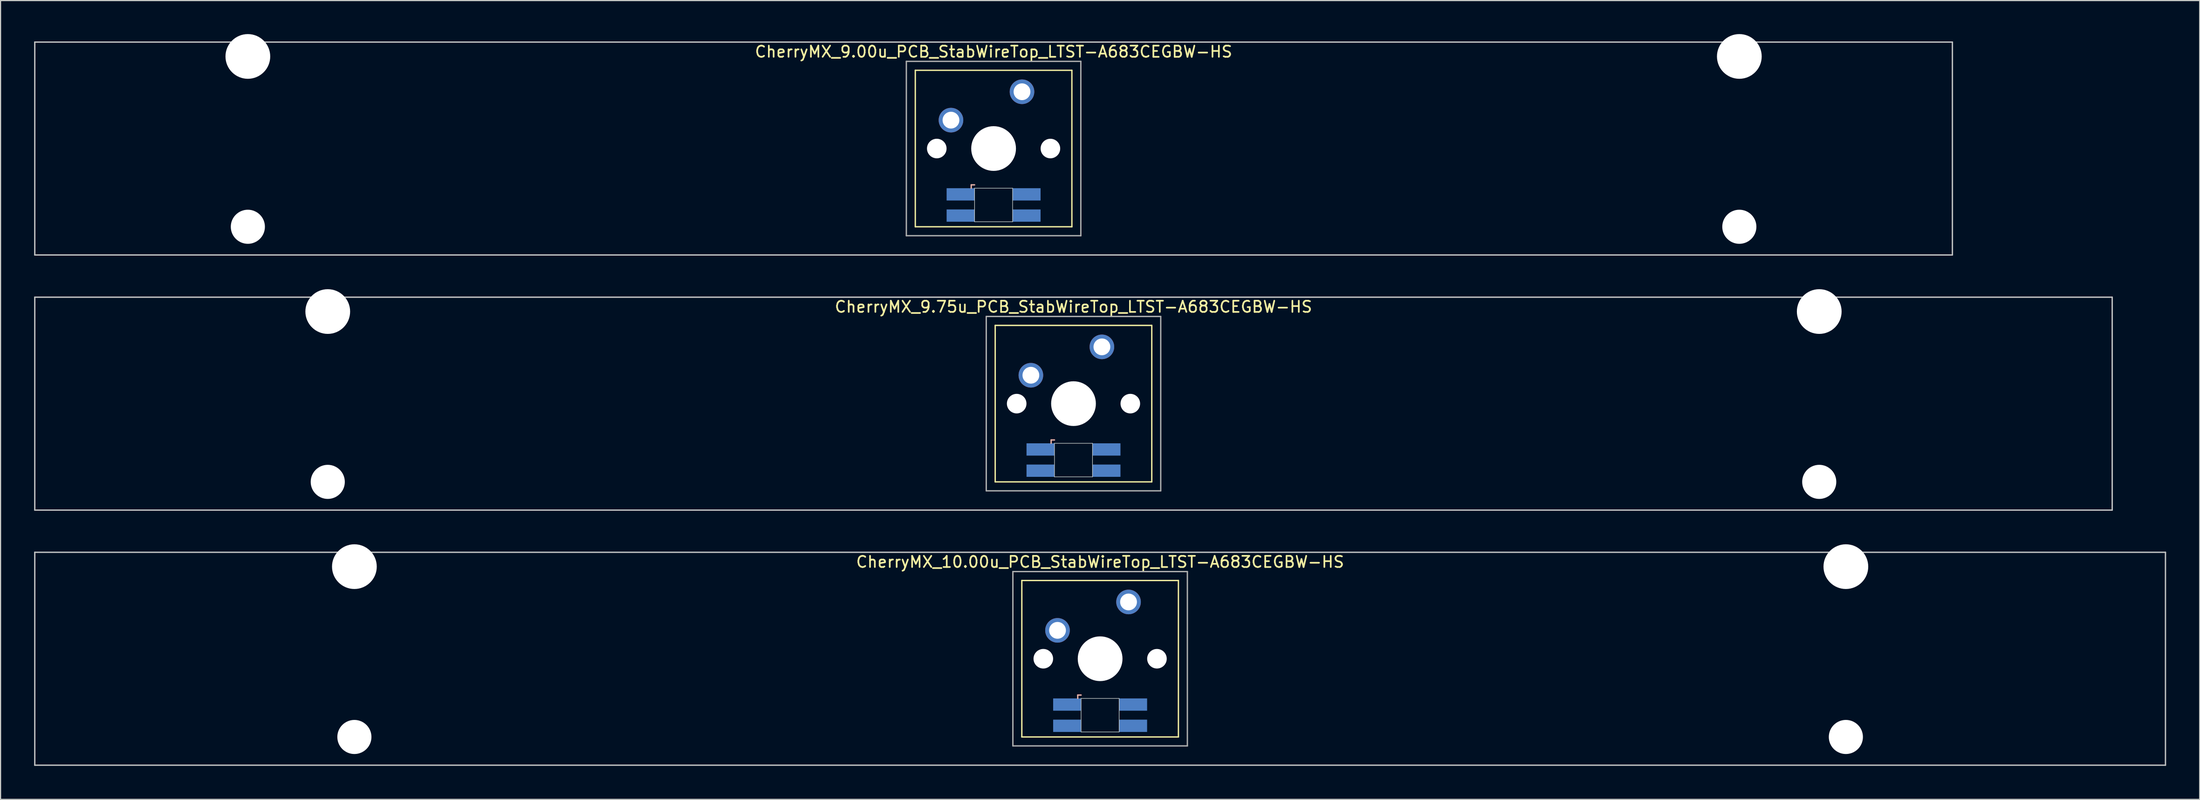
<source format=kicad_pcb>
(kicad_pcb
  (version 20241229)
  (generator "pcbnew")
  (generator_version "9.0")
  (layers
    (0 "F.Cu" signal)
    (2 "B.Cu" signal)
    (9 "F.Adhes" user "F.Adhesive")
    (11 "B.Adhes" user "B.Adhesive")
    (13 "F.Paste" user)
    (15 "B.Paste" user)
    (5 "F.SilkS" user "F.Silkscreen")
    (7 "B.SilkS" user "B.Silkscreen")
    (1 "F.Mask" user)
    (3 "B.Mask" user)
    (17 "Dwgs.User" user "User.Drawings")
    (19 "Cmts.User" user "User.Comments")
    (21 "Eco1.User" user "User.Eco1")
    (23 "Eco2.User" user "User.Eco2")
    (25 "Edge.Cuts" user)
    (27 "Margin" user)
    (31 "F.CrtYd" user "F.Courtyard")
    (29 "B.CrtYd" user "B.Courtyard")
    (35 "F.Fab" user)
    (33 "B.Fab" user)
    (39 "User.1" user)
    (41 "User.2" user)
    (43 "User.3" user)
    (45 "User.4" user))
  (footprint "CherryMX_9.00u_PCB_StabWireTop_LTST-A683CEGBW-HS"
    (layer "F.Cu")
    (at 85.785 10.24)
    (property "Reference" "CherryMX_9.00u_PCB_StabWireTop_LTST-A683CEGBW-HS" (at 0 -8.662 0) (layer "F.SilkS") (effects (font (size 1 1) (thickness 0.15))))
    (attr through_hole)
    (fp_line (start -7 -7) (end -7 7) (stroke (width 0.12) (type solid)) (layer "F.SilkS"))
    (fp_line (start -7 -7) (end 7 -7) (stroke (width 0.12) (type solid)) (layer "F.SilkS"))
    (fp_line (start 7 -7) (end 7 7) (stroke (width 0.12) (type solid)) (layer "F.SilkS"))
    (fp_line (start 7 7) (end -7 7) (stroke (width 0.12) (type solid)) (layer "F.SilkS"))
    (fp_line (start -2 3.25) (end -2 3.55) (stroke (width 0.12) (type solid)) (layer "B.SilkS"))
    (fp_line (start -1.7 3.25) (end -2 3.25) (stroke (width 0.12) (type solid)) (layer "B.SilkS"))
    (fp_line (start -85.725 -9.525) (end 85.725 -9.525) (stroke (width 0.12) (type solid)) (layer "Dwgs.User"))
    (fp_line (start -85.725 9.525) (end -85.725 -9.525) (stroke (width 0.12) (type solid)) (layer "Dwgs.User"))
    (fp_line (start 85.725 -9.525) (end 85.725 9.525) (stroke (width 0.12) (type solid)) (layer "Dwgs.User"))
    (fp_line (start 85.725 9.525) (end -85.725 9.525) (stroke (width 0.12) (type solid)) (layer "Dwgs.User"))
    (fp_line (start -1.7 3.55) (end 1.7 3.55) (stroke (width 0.05) (type solid)) (layer "Edge.Cuts"))
    (fp_line (start -1.7 6.55) (end -1.7 3.55) (stroke (width 0.05) (type solid)) (layer "Edge.Cuts"))
    (fp_line (start 1.7 3.55) (end 1.7 6.55) (stroke (width 0.05) (type solid)) (layer "Edge.Cuts"))
    (fp_line (start 1.7 6.55) (end -1.7 6.55) (stroke (width 0.05) (type solid)) (layer "Edge.Cuts"))
    (fp_line (start -7.8 -7.8) (end -7.8 7.8) (stroke (width 0.12) (type solid)) (layer "F.Fab"))
    (fp_line (start -7.8 -7.8) (end 7.8 -7.8) (stroke (width 0.12) (type solid)) (layer "F.Fab"))
    (fp_line (start -7.8 7.8) (end 7.8 7.8) (stroke (width 0.12) (type solid)) (layer "F.Fab"))
    (fp_line (start 7.8 -7.8) (end 7.8 7.8) (stroke (width 0.12) (type solid)) (layer "F.Fab"))
    (pad "" np_thru_hole circle (at -66.675 -8.24) (size 4 4) (drill 4) (layers "*.Cu" "*.Mask"))
    (pad "" np_thru_hole circle (at -66.675 7) (size 3.05 3.05) (drill 3.05) (layers "*.Cu" "*.Mask"))
    (pad "" np_thru_hole circle (at -5.08 0) (size 1.75 1.75) (drill 1.75) (layers "*.Cu" "*.Mask"))
    (pad "" np_thru_hole circle (at 0 0) (size 4 4) (drill 4) (layers "*.Cu" "*.Mask"))
    (pad "" np_thru_hole circle (at 5.08 0) (size 1.75 1.75) (drill 1.75) (layers "*.Cu" "*.Mask"))
    (pad "" np_thru_hole circle (at 66.675 -8.24) (size 4 4) (drill 4) (layers "*.Cu" "*.Mask"))
    (pad "" np_thru_hole circle (at 66.675 7) (size 3.05 3.05) (drill 3.05) (layers "*.Cu" "*.Mask"))
    (pad "1" thru_hole circle (at -3.81 -2.54) (size 2.2 2.2) (drill 1.5) (layers "*.Cu" "*.Mask"))
    (pad "2" thru_hole circle (at 2.54 -5.08) (size 2.2 2.2) (drill 1.5) (layers "*.Cu" "*.Mask"))
    (pad "3" smd rect (at -2.95 4.1) (size 2.5 1.1) (layers "B.Cu" "B.Mask" "B.Paste"))
    (pad "4" smd rect (at -2.95 6) (size 2.5 1.1) (layers "B.Cu" "B.Mask" "B.Paste"))
    (pad "5" smd rect (at 2.95 4.1) (size 2.5 1.1) (layers "B.Cu" "B.Mask" "B.Paste"))
    (pad "6" smd rect (at 2.95 6) (size 2.5 1.1) (layers "B.Cu" "B.Mask" "B.Paste")))
  (footprint "CherryMX_10.00u_PCB_StabWireTop_LTST-A683CEGBW-HS"
    (layer "F.Cu")
    (at 95.31 55.89)
    (property "Reference" "CherryMX_10.00u_PCB_StabWireTop_LTST-A683CEGBW-HS" (at 0 -8.662 0) (layer "F.SilkS") (effects (font (size 1 1) (thickness 0.15))))
    (attr through_hole)
    (fp_line (start -7 -7) (end -7 7) (stroke (width 0.12) (type solid)) (layer "F.SilkS"))
    (fp_line (start -7 -7) (end 7 -7) (stroke (width 0.12) (type solid)) (layer "F.SilkS"))
    (fp_line (start 7 -7) (end 7 7) (stroke (width 0.12) (type solid)) (layer "F.SilkS"))
    (fp_line (start 7 7) (end -7 7) (stroke (width 0.12) (type solid)) (layer "F.SilkS"))
    (fp_line (start -2 3.25) (end -2 3.55) (stroke (width 0.12) (type solid)) (layer "B.SilkS"))
    (fp_line (start -1.7 3.25) (end -2 3.25) (stroke (width 0.12) (type solid)) (layer "B.SilkS"))
    (fp_line (start -95.25 -9.525) (end 95.25 -9.525) (stroke (width 0.12) (type solid)) (layer "Dwgs.User"))
    (fp_line (start -95.25 9.525) (end -95.25 -9.525) (stroke (width 0.12) (type solid)) (layer "Dwgs.User"))
    (fp_line (start 95.25 -9.525) (end 95.25 9.525) (stroke (width 0.12) (type solid)) (layer "Dwgs.User"))
    (fp_line (start 95.25 9.525) (end -95.25 9.525) (stroke (width 0.12) (type solid)) (layer "Dwgs.User"))
    (fp_line (start -1.7 3.55) (end 1.7 3.55) (stroke (width 0.05) (type solid)) (layer "Edge.Cuts"))
    (fp_line (start -1.7 6.55) (end -1.7 3.55) (stroke (width 0.05) (type solid)) (layer "Edge.Cuts"))
    (fp_line (start 1.7 3.55) (end 1.7 6.55) (stroke (width 0.05) (type solid)) (layer "Edge.Cuts"))
    (fp_line (start 1.7 6.55) (end -1.7 6.55) (stroke (width 0.05) (type solid)) (layer "Edge.Cuts"))
    (fp_line (start -7.8 -7.8) (end -7.8 7.8) (stroke (width 0.12) (type solid)) (layer "F.Fab"))
    (fp_line (start -7.8 -7.8) (end 7.8 -7.8) (stroke (width 0.12) (type solid)) (layer "F.Fab"))
    (fp_line (start -7.8 7.8) (end 7.8 7.8) (stroke (width 0.12) (type solid)) (layer "F.Fab"))
    (fp_line (start 7.8 -7.8) (end 7.8 7.8) (stroke (width 0.12) (type solid)) (layer "F.Fab"))
    (pad "" np_thru_hole circle (at -66.675 -8.24) (size 4 4) (drill 4) (layers "*.Cu" "*.Mask"))
    (pad "" np_thru_hole circle (at -66.675 7) (size 3.05 3.05) (drill 3.05) (layers "*.Cu" "*.Mask"))
    (pad "" np_thru_hole circle (at -5.08 0) (size 1.75 1.75) (drill 1.75) (layers "*.Cu" "*.Mask"))
    (pad "" np_thru_hole circle (at 0 0) (size 4 4) (drill 4) (layers "*.Cu" "*.Mask"))
    (pad "" np_thru_hole circle (at 5.08 0) (size 1.75 1.75) (drill 1.75) (layers "*.Cu" "*.Mask"))
    (pad "" np_thru_hole circle (at 66.675 -8.24) (size 4 4) (drill 4) (layers "*.Cu" "*.Mask"))
    (pad "" np_thru_hole circle (at 66.675 7) (size 3.05 3.05) (drill 3.05) (layers "*.Cu" "*.Mask"))
    (pad "1" thru_hole circle (at -3.81 -2.54) (size 2.2 2.2) (drill 1.5) (layers "*.Cu" "*.Mask"))
    (pad "2" thru_hole circle (at 2.54 -5.08) (size 2.2 2.2) (drill 1.5) (layers "*.Cu" "*.Mask"))
    (pad "3" smd rect (at -2.95 4.1) (size 2.5 1.1) (layers "B.Cu" "B.Mask" "B.Paste"))
    (pad "4" smd rect (at -2.95 6) (size 2.5 1.1) (layers "B.Cu" "B.Mask" "B.Paste"))
    (pad "5" smd rect (at 2.95 4.1) (size 2.5 1.1) (layers "B.Cu" "B.Mask" "B.Paste"))
    (pad "6" smd rect (at 2.95 6) (size 2.5 1.1) (layers "B.Cu" "B.Mask" "B.Paste")))
  (footprint "CherryMX_9.75u_PCB_StabWireTop_LTST-A683CEGBW-HS"
    (layer "F.Cu")
    (at 92.929 33.065)
    (property "Reference" "CherryMX_9.75u_PCB_StabWireTop_LTST-A683CEGBW-HS" (at 0 -8.662 0) (layer "F.SilkS") (effects (font (size 1 1) (thickness 0.15))))
    (attr through_hole)
    (fp_line (start -7 -7) (end -7 7) (stroke (width 0.12) (type solid)) (layer "F.SilkS"))
    (fp_line (start -7 -7) (end 7 -7) (stroke (width 0.12) (type solid)) (layer "F.SilkS"))
    (fp_line (start 7 -7) (end 7 7) (stroke (width 0.12) (type solid)) (layer "F.SilkS"))
    (fp_line (start 7 7) (end -7 7) (stroke (width 0.12) (type solid)) (layer "F.SilkS"))
    (fp_line (start -2 3.25) (end -2 3.55) (stroke (width 0.12) (type solid)) (layer "B.SilkS"))
    (fp_line (start -1.7 3.25) (end -2 3.25) (stroke (width 0.12) (type solid)) (layer "B.SilkS"))
    (fp_line (start -92.869 -9.525) (end 92.869 -9.525) (stroke (width 0.12) (type solid)) (layer "Dwgs.User"))
    (fp_line (start -92.869 9.525) (end -92.869 -9.525) (stroke (width 0.12) (type solid)) (layer "Dwgs.User"))
    (fp_line (start 92.869 -9.525) (end 92.869 9.525) (stroke (width 0.12) (type solid)) (layer "Dwgs.User"))
    (fp_line (start 92.869 9.525) (end -92.869 9.525) (stroke (width 0.12) (type solid)) (layer "Dwgs.User"))
    (fp_line (start -1.7 3.55) (end 1.7 3.55) (stroke (width 0.05) (type solid)) (layer "Edge.Cuts"))
    (fp_line (start -1.7 6.55) (end -1.7 3.55) (stroke (width 0.05) (type solid)) (layer "Edge.Cuts"))
    (fp_line (start 1.7 3.55) (end 1.7 6.55) (stroke (width 0.05) (type solid)) (layer "Edge.Cuts"))
    (fp_line (start 1.7 6.55) (end -1.7 6.55) (stroke (width 0.05) (type solid)) (layer "Edge.Cuts"))
    (fp_line (start -7.8 -7.8) (end -7.8 7.8) (stroke (width 0.12) (type solid)) (layer "F.Fab"))
    (fp_line (start -7.8 -7.8) (end 7.8 -7.8) (stroke (width 0.12) (type solid)) (layer "F.Fab"))
    (fp_line (start -7.8 7.8) (end 7.8 7.8) (stroke (width 0.12) (type solid)) (layer "F.Fab"))
    (fp_line (start 7.8 -7.8) (end 7.8 7.8) (stroke (width 0.12) (type solid)) (layer "F.Fab"))
    (pad "" np_thru_hole circle (at -66.675 -8.24) (size 4 4) (drill 4) (layers "*.Cu" "*.Mask"))
    (pad "" np_thru_hole circle (at -66.675 7) (size 3.05 3.05) (drill 3.05) (layers "*.Cu" "*.Mask"))
    (pad "" np_thru_hole circle (at -5.08 0) (size 1.75 1.75) (drill 1.75) (layers "*.Cu" "*.Mask"))
    (pad "" np_thru_hole circle (at 0 0) (size 4 4) (drill 4) (layers "*.Cu" "*.Mask"))
    (pad "" np_thru_hole circle (at 5.08 0) (size 1.75 1.75) (drill 1.75) (layers "*.Cu" "*.Mask"))
    (pad "" np_thru_hole circle (at 66.675 -8.24) (size 4 4) (drill 4) (layers "*.Cu" "*.Mask"))
    (pad "" np_thru_hole circle (at 66.675 7) (size 3.05 3.05) (drill 3.05) (layers "*.Cu" "*.Mask"))
    (pad "1" thru_hole circle (at -3.81 -2.54) (size 2.2 2.2) (drill 1.5) (layers "*.Cu" "*.Mask"))
    (pad "2" thru_hole circle (at 2.54 -5.08) (size 2.2 2.2) (drill 1.5) (layers "*.Cu" "*.Mask"))
    (pad "3" smd rect (at -2.95 4.1) (size 2.5 1.1) (layers "B.Cu" "B.Mask" "B.Paste"))
    (pad "4" smd rect (at -2.95 6) (size 2.5 1.1) (layers "B.Cu" "B.Mask" "B.Paste"))
    (pad "5" smd rect (at 2.95 4.1) (size 2.5 1.1) (layers "B.Cu" "B.Mask" "B.Paste"))
    (pad "6" smd rect (at 2.95 6) (size 2.5 1.1) (layers "B.Cu" "B.Mask" "B.Paste")))
  (gr_rect
    (start -3 -3)
    (end 193.62 68.475)
    (stroke (width 0.1) (type default))
    (fill no)
    (layer "Edge.Cuts")))
</source>
